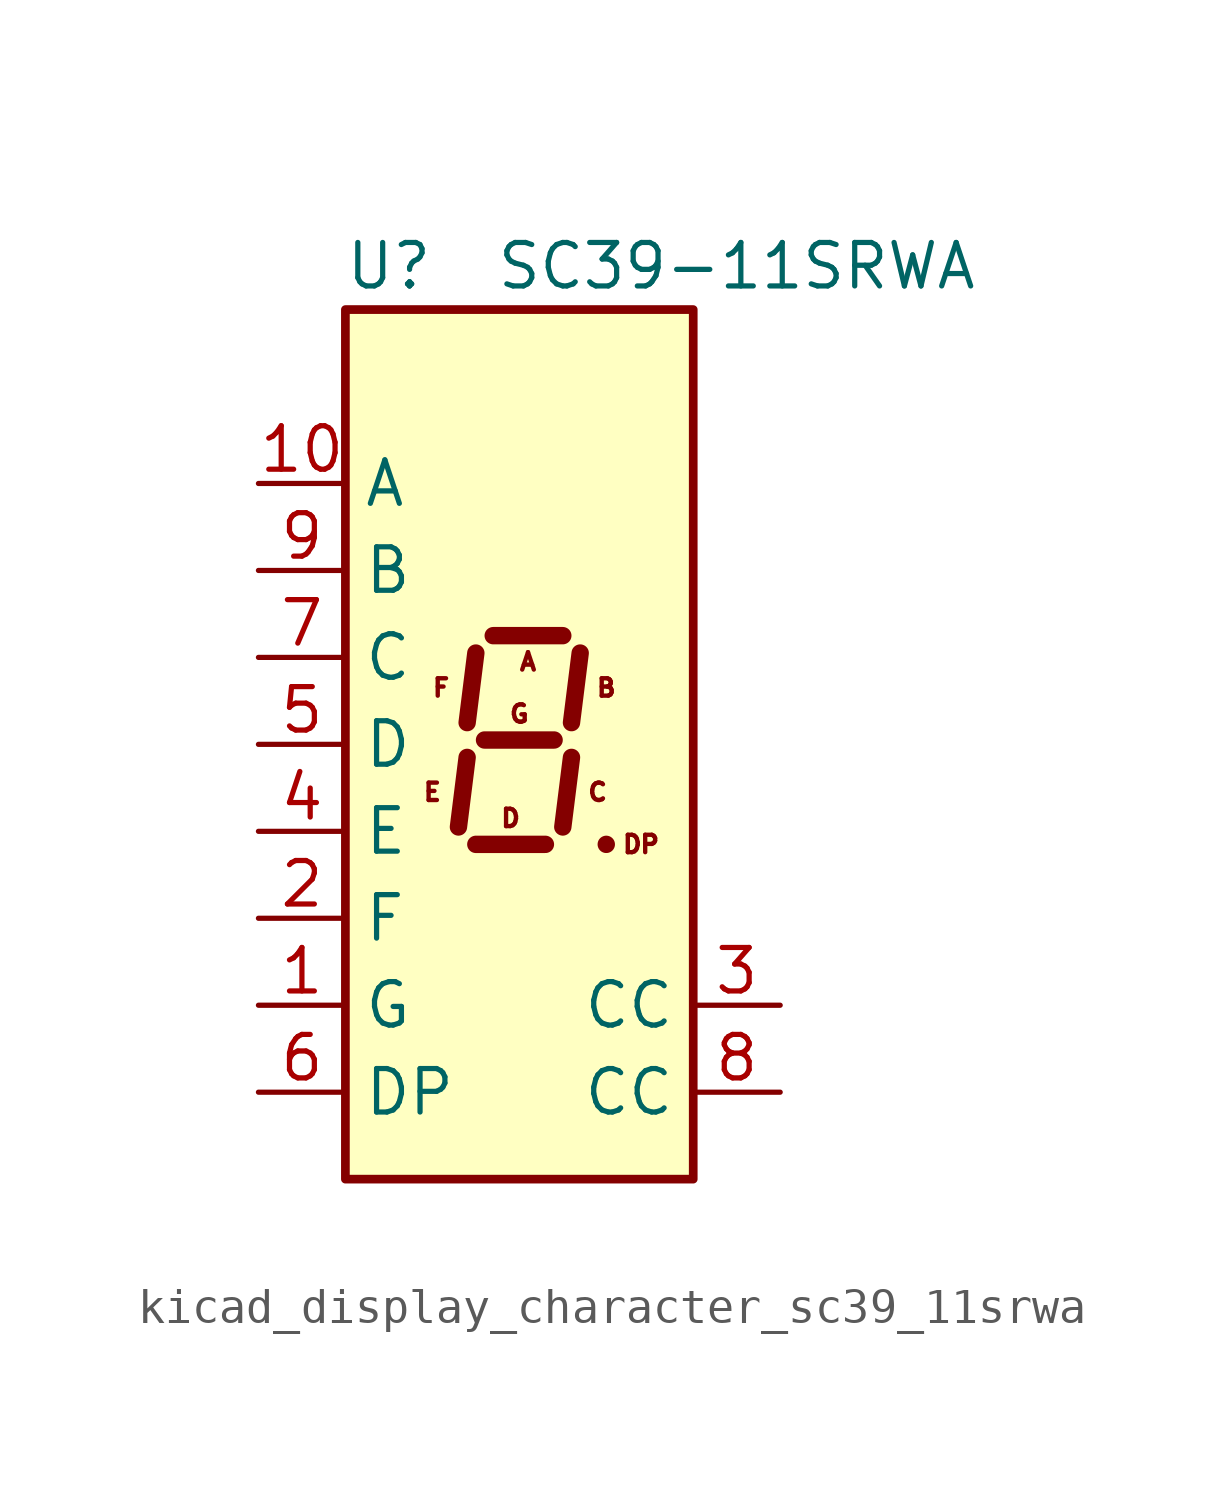
<source format=kicad_sym>
(kicad_symbol_lib
  (version 20220914)
  (generator kicad_symbol_editor)
  (symbol "kicad_display_character_sc39_11srwa"
    (property "Reference" "U"
      (at -3.81 13.97 0)
      (effects (font (size 1.27 1.27))))
    (property "Value" "SC39-11SRWA"
      (at 6.35 13.97 0)
      (effects (font (size 1.27 1.27))))
    (symbol "kicad_display_character_sc39_11srwa_1_0"
      (text "A" (at 0.254 2.413 0) (effects (font (size 0.508 0.508))))
      (text "B" (at 2.54 1.651 0) (effects (font (size 0.508 0.508))))
      (text "C" (at 2.286 -1.397 0) (effects (font (size 0.508 0.508))))
      (text "D" (at -0.254 -2.159 0) (effects (font (size 0.508 0.508))))
      (text "DP" (at 3.556 -2.921 0) (effects (font (size 0.508 0.508))))
      (text "E" (at -2.54 -1.397 0) (effects (font (size 0.508 0.508))))
      (text "F" (at -2.286 1.651 0) (effects (font (size 0.508 0.508))))
      (text "G" (at 0 0.889 0) (effects (font (size 0.508 0.508)))))
    (symbol "kicad_display_character_sc39_11srwa_1_1"
      (rectangle (start -5.08 12.7) (end 5.08 -12.7) (stroke (width 0.254) (type default)) (fill (type background)))
      (polyline (pts (xy -1.524 -0.381) (xy -1.778 -2.413)) (stroke (width 0.508) (type default)) (fill (type none)))
      (polyline (pts (xy -1.27 -2.921) (xy 0.762 -2.921)) (stroke (width 0.508) (type default)) (fill (type none)))
      (polyline (pts (xy -1.27 2.667) (xy -1.524 0.635)) (stroke (width 0.508) (type default)) (fill (type none)))
      (polyline (pts (xy -1.016 0.127) (xy 1.016 0.127)) (stroke (width 0.508) (type default)) (fill (type none)))
      (polyline (pts (xy -0.762 3.175) (xy 1.27 3.175)) (stroke (width 0.508) (type default)) (fill (type none)))
      (polyline (pts (xy 1.524 -0.381) (xy 1.27 -2.413)) (stroke (width 0.508) (type default)) (fill (type none)))
      (polyline (pts (xy 1.778 2.667) (xy 1.524 0.635)) (stroke (width 0.508) (type default)) (fill (type none)))
      (polyline (pts (xy 2.54 -2.921) (xy 2.54 -2.921)) (stroke (width 0.508) (type default)) (fill (type none)))
      (pin input line (at -7.62 -7.62 0) (length 2.54) (name "G" (effects (font (size 1.27 1.27)))) (number "1" (effects (font (size 1.27 1.27)))))
      (pin input line (at -7.62 7.62 0) (length 2.54) (name "A" (effects (font (size 1.27 1.27)))) (number "10" (effects (font (size 1.27 1.27)))))
      (pin input line (at -7.62 -5.08 0) (length 2.54) (name "F" (effects (font (size 1.27 1.27)))) (number "2" (effects (font (size 1.27 1.27)))))
      (pin input line (at 7.62 -7.62 180) (length 2.54) (name "CC" (effects (font (size 1.27 1.27)))) (number "3" (effects (font (size 1.27 1.27)))))
      (pin input line (at -7.62 -2.54 0) (length 2.54) (name "E" (effects (font (size 1.27 1.27)))) (number "4" (effects (font (size 1.27 1.27)))))
      (pin input line (at -7.62 0 0) (length 2.54) (name "D" (effects (font (size 1.27 1.27)))) (number "5" (effects (font (size 1.27 1.27)))))
      (pin input line (at -7.62 -10.16 0) (length 2.54) (name "DP" (effects (font (size 1.27 1.27)))) (number "6" (effects (font (size 1.27 1.27)))))
      (pin input line (at -7.62 2.54 0) (length 2.54) (name "C" (effects (font (size 1.27 1.27)))) (number "7" (effects (font (size 1.27 1.27)))))
      (pin input line (at 7.62 -10.16 180) (length 2.54) (name "CC" (effects (font (size 1.27 1.27)))) (number "8" (effects (font (size 1.27 1.27)))))
      (pin input line (at -7.62 5.08 0) (length 2.54) (name "B" (effects (font (size 1.27 1.27)))) (number "9" (effects (font (size 1.27 1.27))))))))
</source>
